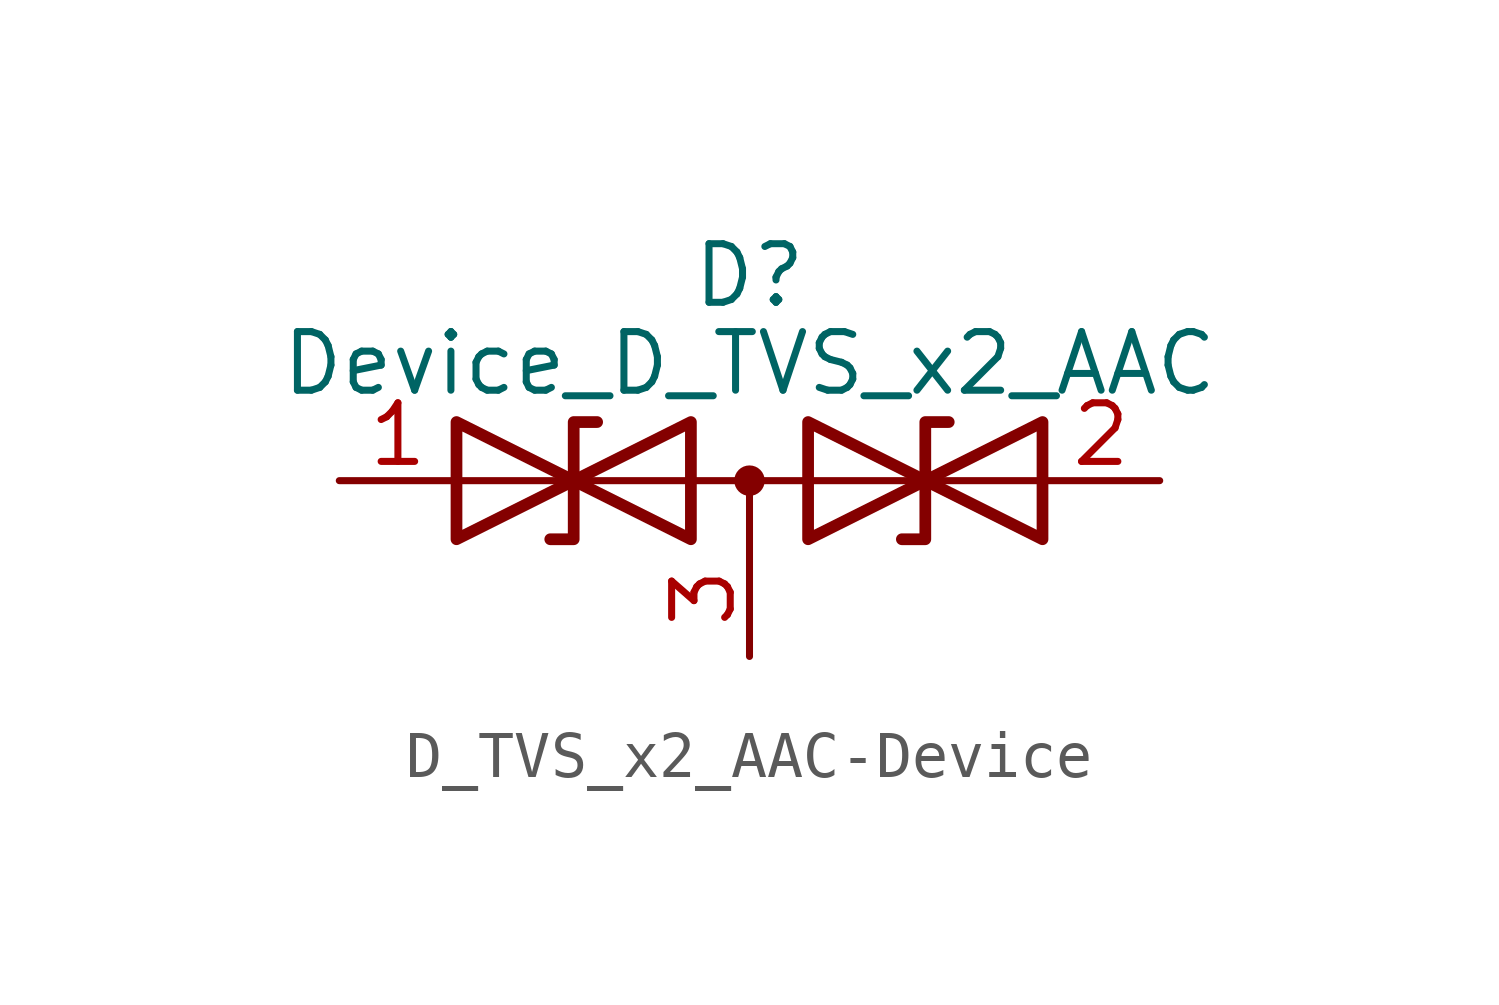
<source format=kicad_sym>
(kicad_symbol_lib
  (version 20220914)
  (generator kicad_symbol_editor)
  (symbol "D_TVS_x2_AAC-Device"
    (pin_names
      (offset 1.016) hide)
    (property "Reference" "D"
      (at 0 4.445 0)
      (effects (font (size 1.27 1.27))))
    (property "Value" "Device_D_TVS_x2_AAC"
      (at 0 2.54 0)
      (effects (font (size 1.27 1.27))))
    (symbol "D_TVS_x2_AAC-Device_0_0"
      (polyline (pts (xy 0 -1.27) (xy 0 0)) (stroke (width 0) (type solid)) (fill (type none))))
    (symbol "D_TVS_x2_AAC-Device_0_1"
      (polyline (pts (xy -6.35 0) (xy 6.35 0)) (stroke (width 0) (type solid)) (fill (type none)))
      (polyline (pts (xy -3.302 1.27) (xy -3.81 1.27) (xy -3.81 -1.27) (xy -4.318 -1.27)) (stroke (width 0.254) (type solid)) (fill (type none)))
      (polyline (pts (xy 4.318 1.27) (xy 3.81 1.27) (xy 3.81 -1.27) (xy 3.302 -1.27)) (stroke (width 0.254) (type solid)) (fill (type none)))
      (polyline (pts (xy -6.35 1.27) (xy -1.27 -1.27) (xy -1.27 1.27) (xy -6.35 -1.27) (xy -6.35 1.27)) (stroke (width 0.254) (type solid)) (fill (type none)))
      (polyline (pts (xy 6.35 1.27) (xy 1.27 -1.27) (xy 1.27 1.27) (xy 6.35 -1.27) (xy 6.35 1.27)) (stroke (width 0.254) (type solid)) (fill (type none)))
      (circle (center 0 0) (radius 0.254) (stroke (width 0) (type solid)) (fill (type outline))))
    (symbol "D_TVS_x2_AAC-Device_1_1"
      (pin passive line (at -8.89 0 0) (length 2.54) (name "A1" (effects (font (size 1.27 1.27)))) (number "1" (effects (font (size 1.27 1.27)))))
      (pin passive line (at 8.89 0 180) (length 2.54) (name "A2" (effects (font (size 1.27 1.27)))) (number "2" (effects (font (size 1.27 1.27)))))
      (pin input line (at 0 -3.81 90) (length 2.54) (name "common" (effects (font (size 1.27 1.27)))) (number "3" (effects (font (size 1.27 1.27))))))))
</source>
